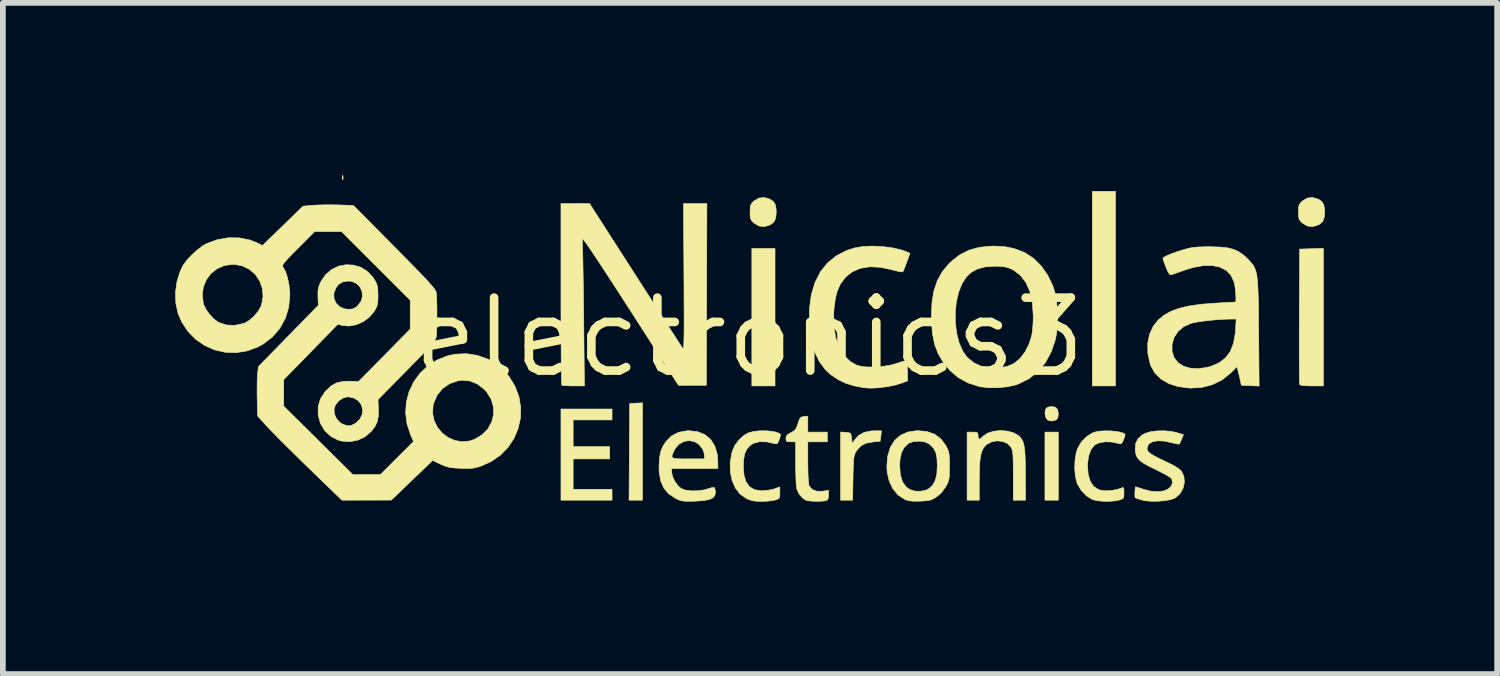
<source format=kicad_pcb>
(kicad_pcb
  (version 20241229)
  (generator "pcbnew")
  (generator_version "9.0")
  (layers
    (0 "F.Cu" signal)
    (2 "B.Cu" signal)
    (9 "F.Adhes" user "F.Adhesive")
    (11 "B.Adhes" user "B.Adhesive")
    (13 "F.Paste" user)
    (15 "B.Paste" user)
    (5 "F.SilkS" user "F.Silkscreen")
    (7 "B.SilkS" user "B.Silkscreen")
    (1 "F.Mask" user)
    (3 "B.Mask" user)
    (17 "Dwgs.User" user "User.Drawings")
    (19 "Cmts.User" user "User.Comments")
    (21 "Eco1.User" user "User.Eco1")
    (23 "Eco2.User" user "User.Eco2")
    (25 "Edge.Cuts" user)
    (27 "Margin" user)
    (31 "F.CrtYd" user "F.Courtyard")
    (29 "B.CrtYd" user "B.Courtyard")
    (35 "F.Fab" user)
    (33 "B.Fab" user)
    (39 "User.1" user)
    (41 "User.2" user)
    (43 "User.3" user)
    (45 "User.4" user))
  (footprint "electronics3"
    (layer "F.Cu")
    (at 9.996 2.821)
    (property "Reference" "electronics3" (at 0 0 0) (layer "F.SilkS") (effects (font (size 1.27 1.27) (thickness 0.15))))
    (attr through_hole)
    (fp_poly (pts (xy 0.445 0.847) (xy 0.042 0.847) (xy 0.042 -1.545) (xy 0.445 -1.545) (xy 0.445 0.847)) (stroke (width 0.01) (type solid)) (fill yes) (layer "F.SilkS"))
    (fp_poly (pts (xy 5.376 2.836) (xy 5.144 2.836) (xy 5.144 1.651) (xy 5.376 1.651) (xy 5.376 2.836)) (stroke (width 0.01) (type solid)) (fill yes) (layer "F.SilkS"))
    (fp_poly (pts (xy 6.371 0.847) (xy 5.969 0.847) (xy 5.969 -2.54) (xy 6.371 -2.54) (xy 6.371 0.847)) (stroke (width 0.01) (type solid)) (fill yes) (layer "F.SilkS"))
    (fp_poly (pts (xy -1.863 2.836) (xy -2.096 2.836) (xy -2.085 1.154) (xy -1.974 1.147) (xy -1.863 1.141) (xy -1.863 2.836)) (stroke (width 0.01) (type solid)) (fill yes) (layer "F.SilkS"))
    (fp_poly (pts (xy -7.077 -2.813) (xy -7.076 -2.809) (xy -7.073 -2.763) (xy -7.077 -2.746) (xy -7.084 -2.745) (xy -7.087 -2.778) (xy -7.087 -2.783) (xy -7.084 -2.816) (xy -7.077 -2.813)) (stroke (width 0.01) (type solid)) (fill yes) (layer "F.SilkS"))
    (fp_poly (pts (xy -2.392 1.439) (xy -3.069 1.439) (xy -3.069 1.905) (xy -2.434 1.905) (xy -2.434 2.117) (xy -3.069 2.117) (xy -3.069 2.646) (xy -2.392 2.646) (xy -2.392 2.836) (xy -3.281 2.836) (xy -3.281 1.249) (xy -2.392 1.249) (xy -2.392 1.439)) (stroke (width 0.01) (type solid)) (fill yes) (layer "F.SilkS"))
    (fp_poly (pts (xy 5.326 1.218) (xy 5.363 1.255) (xy 5.376 1.324) (xy 5.376 1.337) (xy 5.368 1.401) (xy 5.339 1.437) (xy 5.335 1.439) (xy 5.263 1.459) (xy 5.198 1.444) (xy 5.177 1.427) (xy 5.152 1.38) (xy 5.144 1.317) (xy 5.154 1.258) (xy 5.169 1.232) (xy 5.207 1.214) (xy 5.26 1.206) (xy 5.326 1.218)) (stroke (width 0.01) (type solid)) (fill yes) (layer "F.SilkS"))
    (fp_poly (pts (xy 9.991 0.847) (xy 9.789 0.847) (xy 9.682 0.844) (xy 9.614 0.838) (xy 9.581 0.826) (xy 9.577 0.82) (xy 9.575 0.795) (xy 9.574 0.731) (xy 9.573 0.632) (xy 9.572 0.503) (xy 9.571 0.348) (xy 9.571 0.17) (xy 9.571 -0.027) (xy 9.572 -0.239) (xy 9.572 -0.37) (xy 9.578 -1.535) (xy 9.784 -1.541) (xy 9.991 -1.547) (xy 9.991 0.847)) (stroke (width 0.01) (type solid)) (fill yes) (layer "F.SilkS"))
    (fp_poly (pts (xy 0.359 -2.403) (xy 0.36 -2.402) (xy 0.418 -2.362) (xy 0.451 -2.308) (xy 0.464 -2.228) (xy 0.466 -2.18) (xy 0.459 -2.086) (xy 0.435 -2.021) (xy 0.39 -1.976) (xy 0.36 -1.958) (xy 0.261 -1.927) (xy 0.166 -1.937) (xy 0.081 -1.987) (xy 0.08 -1.988) (xy 0.041 -2.026) (xy 0.02 -2.063) (xy 0.012 -2.113) (xy 0.011 -2.18) (xy 0.013 -2.255) (xy 0.022 -2.302) (xy 0.045 -2.338) (xy 0.08 -2.372) (xy 0.165 -2.423) (xy 0.26 -2.433) (xy 0.359 -2.403)) (stroke (width 0.01) (type solid)) (fill yes) (layer "F.SilkS"))
    (fp_poly (pts (xy 9.905 -2.403) (xy 9.906 -2.402) (xy 9.964 -2.362) (xy 9.997 -2.308) (xy 10.011 -2.228) (xy 10.012 -2.18) (xy 10.005 -2.086) (xy 9.982 -2.021) (xy 9.936 -1.976) (xy 9.906 -1.958) (xy 9.807 -1.927) (xy 9.712 -1.937) (xy 9.627 -1.987) (xy 9.626 -1.988) (xy 9.587 -2.026) (xy 9.567 -2.063) (xy 9.558 -2.113) (xy 9.557 -2.18) (xy 9.559 -2.255) (xy 9.568 -2.302) (xy 9.591 -2.338) (xy 9.626 -2.372) (xy 9.711 -2.423) (xy 9.806 -2.433) (xy 9.905 -2.403)) (stroke (width 0.01) (type solid)) (fill yes) (layer "F.SilkS"))
    (fp_poly (pts (xy 2.299 1.63) (xy 2.287 1.72) (xy 2.275 1.81) (xy 2.148 1.822) (xy 2.032 1.843) (xy 1.946 1.886) (xy 1.878 1.957) (xy 1.858 1.987) (xy 1.841 2.017) (xy 1.828 2.049) (xy 1.819 2.091) (xy 1.812 2.148) (xy 1.808 2.229) (xy 1.805 2.339) (xy 1.803 2.45) (xy 1.796 2.836) (xy 1.587 2.836) (xy 1.587 1.649) (xy 1.677 1.655) (xy 1.733 1.661) (xy 1.761 1.677) (xy 1.773 1.714) (xy 1.778 1.756) (xy 1.789 1.851) (xy 1.826 1.793) (xy 1.9 1.71) (xy 1.996 1.656) (xy 2.119 1.63) (xy 2.224 1.628) (xy 2.299 1.63)) (stroke (width 0.01) (type solid)) (fill yes) (layer "F.SilkS"))
    (fp_poly (pts (xy 4.481 1.632) (xy 4.591 1.66) (xy 4.681 1.709) (xy 4.71 1.736) (xy 4.739 1.774) (xy 4.762 1.819) (xy 4.778 1.877) (xy 4.79 1.954) (xy 4.798 2.054) (xy 4.802 2.185) (xy 4.804 2.351) (xy 4.804 2.387) (xy 4.805 2.836) (xy 4.593 2.836) (xy 4.593 2.408) (xy 4.593 2.26) (xy 4.591 2.149) (xy 4.588 2.067) (xy 4.583 2.008) (xy 4.576 1.967) (xy 4.565 1.936) (xy 4.552 1.912) (xy 4.492 1.85) (xy 4.408 1.814) (xy 4.312 1.803) (xy 4.217 1.82) (xy 4.132 1.864) (xy 4.109 1.885) (xy 4.072 1.93) (xy 4.044 1.987) (xy 4.024 2.062) (xy 4.011 2.16) (xy 4.004 2.287) (xy 4.001 2.449) (xy 4 2.499) (xy 4 2.836) (xy 3.789 2.836) (xy 3.789 1.651) (xy 3.884 1.651) (xy 3.943 1.653) (xy 3.97 1.663) (xy 3.979 1.691) (xy 3.979 1.714) (xy 3.985 1.763) (xy 4.004 1.774) (xy 4.04 1.749) (xy 4.063 1.726) (xy 4.142 1.671) (xy 4.245 1.637) (xy 4.362 1.624) (xy 4.481 1.632)) (stroke (width 0.01) (type solid)) (fill yes) (layer "F.SilkS"))
    (fp_poly (pts (xy 1.016 1.651) (xy 1.355 1.651) (xy 1.355 1.82) (xy 1.016 1.82) (xy 1.016 2.179) (xy 1.018 2.325) (xy 1.022 2.445) (xy 1.029 2.533) (xy 1.038 2.585) (xy 1.04 2.59) (xy 1.088 2.647) (xy 1.165 2.678) (xy 1.264 2.681) (xy 1.28 2.679) (xy 1.376 2.664) (xy 1.376 2.748) (xy 1.371 2.805) (xy 1.353 2.834) (xy 1.328 2.844) (xy 1.271 2.852) (xy 1.192 2.856) (xy 1.107 2.854) (xy 1.033 2.848) (xy 0.984 2.837) (xy 0.984 2.837) (xy 0.917 2.791) (xy 0.859 2.719) (xy 0.825 2.644) (xy 0.818 2.6) (xy 0.812 2.521) (xy 0.808 2.418) (xy 0.805 2.297) (xy 0.804 2.196) (xy 0.804 1.82) (xy 0.72 1.82) (xy 0.665 1.818) (xy 0.641 1.804) (xy 0.635 1.771) (xy 0.635 1.761) (xy 0.642 1.719) (xy 0.671 1.688) (xy 0.723 1.659) (xy 0.776 1.629) (xy 0.81 1.592) (xy 0.834 1.535) (xy 0.845 1.502) (xy 0.867 1.435) (xy 0.888 1.4) (xy 0.917 1.385) (xy 0.948 1.38) (xy 1.016 1.373) (xy 1.016 1.651)) (stroke (width 0.01) (type solid)) (fill yes) (layer "F.SilkS"))
    (fp_poly (pts (xy 0.304 1.629) (xy 0.415 1.641) (xy 0.462 1.652) (xy 0.517 1.672) (xy 0.539 1.692) (xy 0.538 1.721) (xy 0.537 1.723) (xy 0.512 1.799) (xy 0.492 1.84) (xy 0.472 1.856) (xy 0.45 1.854) (xy 0.304 1.821) (xy 0.175 1.818) (xy 0.069 1.846) (xy 0.006 1.887) (xy -0.049 1.952) (xy -0.084 2.032) (xy -0.102 2.136) (xy -0.106 2.247) (xy -0.095 2.399) (xy -0.06 2.516) (xy -0.001 2.6) (xy 0.083 2.652) (xy 0.193 2.672) (xy 0.233 2.672) (xy 0.32 2.664) (xy 0.406 2.647) (xy 0.439 2.637) (xy 0.529 2.605) (xy 0.529 2.707) (xy 0.527 2.769) (xy 0.516 2.802) (xy 0.485 2.821) (xy 0.447 2.833) (xy 0.384 2.845) (xy 0.297 2.854) (xy 0.208 2.857) (xy 0.109 2.854) (xy 0.034 2.84) (xy -0.038 2.813) (xy -0.058 2.803) (xy -0.164 2.728) (xy -0.246 2.622) (xy -0.303 2.491) (xy -0.333 2.342) (xy -0.335 2.18) (xy -0.306 2.011) (xy -0.295 1.973) (xy -0.249 1.875) (xy -0.177 1.781) (xy -0.09 1.704) (xy -0.017 1.663) (xy 0.072 1.64) (xy 0.184 1.628) (xy 0.304 1.629)) (stroke (width 0.01) (type solid)) (fill yes) (layer "F.SilkS"))
    (fp_poly (pts (xy 6.289 1.63) (xy 6.381 1.639) (xy 6.46 1.653) (xy 6.516 1.671) (xy 6.54 1.694) (xy 6.54 1.697) (xy 6.533 1.727) (xy 6.514 1.778) (xy 6.509 1.791) (xy 6.485 1.839) (xy 6.46 1.855) (xy 6.43 1.85) (xy 6.315 1.824) (xy 6.2 1.819) (xy 6.097 1.834) (xy 6.018 1.869) (xy 6.003 1.88) (xy 5.943 1.96) (xy 5.903 2.07) (xy 5.885 2.204) (xy 5.885 2.231) (xy 5.896 2.385) (xy 5.931 2.506) (xy 5.99 2.594) (xy 6.074 2.65) (xy 6.129 2.667) (xy 6.202 2.673) (xy 6.295 2.667) (xy 6.39 2.652) (xy 6.466 2.629) (xy 6.482 2.622) (xy 6.504 2.615) (xy 6.515 2.629) (xy 6.519 2.675) (xy 6.519 2.705) (xy 6.518 2.768) (xy 6.506 2.801) (xy 6.477 2.82) (xy 6.438 2.833) (xy 6.353 2.849) (xy 6.249 2.856) (xy 6.14 2.854) (xy 6.042 2.843) (xy 5.97 2.824) (xy 5.969 2.824) (xy 5.866 2.759) (xy 5.776 2.666) (xy 5.711 2.558) (xy 5.7 2.531) (xy 5.673 2.413) (xy 5.662 2.276) (xy 5.668 2.136) (xy 5.689 2.008) (xy 5.714 1.931) (xy 5.78 1.821) (xy 5.87 1.729) (xy 5.973 1.665) (xy 6.021 1.648) (xy 6.099 1.634) (xy 6.192 1.629) (xy 6.289 1.63)) (stroke (width 0.01) (type solid)) (fill yes) (layer "F.SilkS"))
    (fp_poly (pts (xy -0.741 -2.328) (xy -0.751 0.836) (xy -1.235 0.836) (xy -2.08 -0.476) (xy -2.244 -0.73) (xy -2.386 -0.95) (xy -2.509 -1.138) (xy -2.612 -1.296) (xy -2.698 -1.425) (xy -2.767 -1.528) (xy -2.821 -1.607) (xy -2.862 -1.662) (xy -2.89 -1.697) (xy -2.906 -1.713) (xy -2.912 -1.711) (xy -2.912 -1.704) (xy -2.91 -1.668) (xy -2.907 -1.593) (xy -2.904 -1.484) (xy -2.9 -1.345) (xy -2.897 -1.18) (xy -2.894 -0.993) (xy -2.891 -0.788) (xy -2.888 -0.569) (xy -2.886 -0.386) (xy -2.873 0.847) (xy -3.063 0.847) (xy -3.149 0.845) (xy -3.218 0.841) (xy -3.26 0.836) (xy -3.267 0.833) (xy -3.269 0.81) (xy -3.271 0.748) (xy -3.273 0.65) (xy -3.275 0.52) (xy -3.277 0.361) (xy -3.278 0.176) (xy -3.279 -0.031) (xy -3.28 -0.257) (xy -3.281 -0.499) (xy -3.281 -0.753) (xy -3.281 -2.328) (xy -3.032 -2.328) (xy -2.783 -2.327) (xy -1.985 -1.084) (xy -1.852 -0.876) (xy -1.724 -0.678) (xy -1.605 -0.492) (xy -1.496 -0.323) (xy -1.399 -0.172) (xy -1.315 -0.043) (xy -1.248 0.061) (xy -1.198 0.138) (xy -1.168 0.184) (xy -1.16 0.196) (xy -1.154 0.198) (xy -1.149 0.184) (xy -1.145 0.152) (xy -1.142 0.098) (xy -1.14 0.021) (xy -1.138 -0.082) (xy -1.137 -0.215) (xy -1.137 -0.379) (xy -1.138 -0.578) (xy -1.139 -0.814) (xy -1.14 -1.047) (xy -1.148 -2.328) (xy -0.944 -2.328) (xy -0.741 -2.328)) (stroke (width 0.01) (type solid)) (fill yes) (layer "F.SilkS"))
    (fp_poly (pts (xy 3.094 1.642) (xy 3.225 1.688) (xy 3.331 1.768) (xy 3.417 1.882) (xy 3.421 1.89) (xy 3.447 1.941) (xy 3.465 1.986) (xy 3.475 2.035) (xy 3.48 2.101) (xy 3.482 2.194) (xy 3.482 2.244) (xy 3.481 2.35) (xy 3.478 2.425) (xy 3.47 2.48) (xy 3.456 2.525) (xy 3.433 2.572) (xy 3.416 2.603) (xy 3.339 2.71) (xy 3.249 2.783) (xy 3.192 2.816) (xy 3.139 2.836) (xy 3.076 2.846) (xy 2.988 2.852) (xy 2.965 2.853) (xy 2.861 2.854) (xy 2.786 2.847) (xy 2.726 2.831) (xy 2.698 2.819) (xy 2.586 2.744) (xy 2.497 2.637) (xy 2.433 2.504) (xy 2.398 2.35) (xy 2.392 2.245) (xy 2.392 2.244) (xy 2.615 2.244) (xy 2.627 2.396) (xy 2.664 2.515) (xy 2.724 2.602) (xy 2.794 2.652) (xy 2.882 2.679) (xy 2.983 2.68) (xy 3.078 2.659) (xy 3.129 2.632) (xy 3.195 2.567) (xy 3.239 2.481) (xy 3.263 2.368) (xy 3.27 2.233) (xy 3.264 2.105) (xy 3.245 2.008) (xy 3.207 1.934) (xy 3.148 1.872) (xy 3.126 1.854) (xy 3.053 1.821) (xy 2.959 1.808) (xy 2.863 1.814) (xy 2.782 1.84) (xy 2.76 1.853) (xy 2.69 1.923) (xy 2.644 2.013) (xy 2.62 2.13) (xy 2.615 2.244) (xy 2.392 2.244) (xy 2.407 2.067) (xy 2.452 1.918) (xy 2.526 1.797) (xy 2.627 1.708) (xy 2.754 1.65) (xy 2.906 1.627) (xy 2.936 1.626) (xy 3.094 1.642)) (stroke (width 0.01) (type solid)) (fill yes) (layer "F.SilkS"))
    (fp_poly (pts (xy -0.899 1.645) (xy -0.774 1.696) (xy -0.675 1.78) (xy -0.603 1.893) (xy -0.561 2.035) (xy -0.55 2.173) (xy -0.55 2.286) (xy -1.355 2.286) (xy -1.355 2.345) (xy -1.338 2.427) (xy -1.296 2.515) (xy -1.238 2.592) (xy -1.185 2.635) (xy -1.108 2.662) (xy -1.006 2.674) (xy -0.892 2.672) (xy -0.782 2.655) (xy -0.723 2.638) (xy -0.664 2.62) (xy -0.621 2.614) (xy -0.612 2.615) (xy -0.599 2.643) (xy -0.593 2.693) (xy -0.593 2.699) (xy -0.602 2.753) (xy -0.634 2.794) (xy -0.692 2.822) (xy -0.782 2.84) (xy -0.907 2.851) (xy -0.953 2.853) (xy -1.055 2.855) (xy -1.127 2.854) (xy -1.18 2.847) (xy -1.227 2.832) (xy -1.28 2.807) (xy -1.286 2.804) (xy -1.404 2.726) (xy -1.489 2.627) (xy -1.544 2.503) (xy -1.571 2.35) (xy -1.574 2.265) (xy -1.568 2.118) (xy -1.559 2.068) (xy -1.349 2.068) (xy -1.343 2.094) (xy -1.314 2.108) (xy -1.256 2.115) (xy -1.166 2.117) (xy -1.069 2.117) (xy -0.783 2.117) (xy -0.783 2.063) (xy -0.793 2.004) (xy -0.814 1.948) (xy -0.877 1.866) (xy -0.958 1.816) (xy -1.049 1.799) (xy -1.14 1.813) (xy -1.224 1.859) (xy -1.292 1.935) (xy -1.313 1.974) (xy -1.338 2.03) (xy -1.349 2.068) (xy -1.559 2.068) (xy -1.548 2.002) (xy -1.51 1.903) (xy -1.454 1.816) (xy -1.357 1.718) (xy -1.238 1.656) (xy -1.095 1.629) (xy -1.048 1.627) (xy -0.899 1.645)) (stroke (width 0.01) (type solid)) (fill yes) (layer "F.SilkS"))
    (fp_poly (pts (xy 2.314 -1.579) (xy 2.486 -1.557) (xy 2.64 -1.522) (xy 2.72 -1.494) (xy 2.794 -1.463) (xy 2.738 -1.308) (xy 2.71 -1.233) (xy 2.686 -1.174) (xy 2.671 -1.141) (xy 2.669 -1.139) (xy 2.644 -1.138) (xy 2.589 -1.148) (xy 2.514 -1.166) (xy 2.479 -1.176) (xy 2.278 -1.219) (xy 2.095 -1.227) (xy 1.932 -1.201) (xy 1.791 -1.141) (xy 1.673 -1.048) (xy 1.581 -0.924) (xy 1.522 -0.786) (xy 1.494 -0.665) (xy 1.474 -0.517) (xy 1.467 -0.423) (xy 1.47 -0.197) (xy 1.5 0.001) (xy 1.557 0.171) (xy 1.641 0.311) (xy 1.75 0.419) (xy 1.86 0.483) (xy 1.945 0.507) (xy 2.06 0.518) (xy 2.192 0.518) (xy 2.33 0.506) (xy 2.462 0.483) (xy 2.551 0.459) (xy 2.63 0.433) (xy 2.693 0.414) (xy 2.731 0.403) (xy 2.736 0.402) (xy 2.743 0.422) (xy 2.748 0.474) (xy 2.751 0.549) (xy 2.752 0.581) (xy 2.752 0.759) (xy 2.639 0.801) (xy 2.525 0.835) (xy 2.391 0.861) (xy 2.251 0.879) (xy 2.119 0.886) (xy 2.008 0.88) (xy 1.979 0.876) (xy 1.935 0.867) (xy 1.867 0.854) (xy 1.82 0.844) (xy 1.683 0.803) (xy 1.543 0.736) (xy 1.417 0.652) (xy 1.324 0.566) (xy 1.219 0.425) (xy 1.141 0.268) (xy 1.086 0.09) (xy 1.054 -0.117) (xy 1.044 -0.243) (xy 1.046 -0.507) (xy 1.078 -0.744) (xy 1.142 -0.955) (xy 1.234 -1.137) (xy 1.357 -1.291) (xy 1.508 -1.415) (xy 1.686 -1.508) (xy 1.83 -1.555) (xy 1.972 -1.579) (xy 2.138 -1.587) (xy 2.314 -1.579)) (stroke (width 0.01) (type solid)) (fill yes) (layer "F.SilkS"))
    (fp_poly (pts (xy 7.354 1.641) (xy 7.445 1.662) (xy 7.556 1.695) (xy 7.524 1.772) (xy 7.501 1.824) (xy 7.485 1.856) (xy 7.482 1.859) (xy 7.459 1.859) (xy 7.407 1.849) (xy 7.349 1.834) (xy 7.22 1.807) (xy 7.108 1.802) (xy 7.018 1.818) (xy 6.956 1.853) (xy 6.929 1.9) (xy 6.922 1.935) (xy 6.925 1.965) (xy 6.942 1.993) (xy 6.976 2.023) (xy 7.034 2.059) (xy 7.118 2.103) (xy 7.235 2.159) (xy 7.312 2.196) (xy 7.395 2.239) (xy 7.466 2.284) (xy 7.513 2.322) (xy 7.521 2.331) (xy 7.563 2.423) (xy 7.571 2.526) (xy 7.548 2.629) (xy 7.497 2.72) (xy 7.419 2.791) (xy 7.398 2.803) (xy 7.323 2.828) (xy 7.22 2.846) (xy 7.103 2.854) (xy 6.984 2.854) (xy 6.879 2.844) (xy 6.805 2.826) (xy 6.752 2.807) (xy 6.719 2.795) (xy 6.715 2.794) (xy 6.711 2.776) (xy 6.709 2.731) (xy 6.711 2.677) (xy 6.715 2.629) (xy 6.72 2.604) (xy 6.721 2.603) (xy 6.745 2.61) (xy 6.798 2.626) (xy 6.864 2.648) (xy 6.988 2.679) (xy 7.103 2.688) (xy 7.203 2.676) (xy 7.283 2.646) (xy 7.338 2.599) (xy 7.363 2.538) (xy 7.352 2.465) (xy 7.329 2.443) (xy 7.274 2.408) (xy 7.196 2.365) (xy 7.103 2.317) (xy 7.082 2.307) (xy 6.954 2.245) (xy 6.86 2.192) (xy 6.795 2.144) (xy 6.753 2.097) (xy 6.729 2.045) (xy 6.717 1.983) (xy 6.716 1.963) (xy 6.722 1.854) (xy 6.762 1.768) (xy 6.838 1.701) (xy 6.886 1.674) (xy 6.978 1.645) (xy 7.096 1.63) (xy 7.226 1.628) (xy 7.354 1.641)) (stroke (width 0.01) (type solid)) (fill yes) (layer "F.SilkS"))
    (fp_poly (pts (xy 4.446 -1.577) (xy 4.606 -1.545) (xy 4.76 -1.487) (xy 4.801 -1.467) (xy 4.949 -1.371) (xy 5.08 -1.24) (xy 5.192 -1.08) (xy 5.279 -0.899) (xy 5.327 -0.746) (xy 5.347 -0.627) (xy 5.358 -0.483) (xy 5.361 -0.327) (xy 5.356 -0.174) (xy 5.341 -0.038) (xy 5.325 0.042) (xy 5.252 0.257) (xy 5.15 0.443) (xy 5.021 0.598) (xy 4.866 0.721) (xy 4.687 0.81) (xy 4.614 0.835) (xy 4.477 0.863) (xy 4.321 0.878) (xy 4.164 0.878) (xy 4.023 0.862) (xy 4 0.857) (xy 3.803 0.794) (xy 3.633 0.7) (xy 3.487 0.574) (xy 3.483 0.569) (xy 3.37 0.43) (xy 3.284 0.282) (xy 3.223 0.121) (xy 3.186 -0.062) (xy 3.169 -0.274) (xy 3.167 -0.37) (xy 3.17 -0.433) (xy 3.583 -0.433) (xy 3.585 -0.249) (xy 3.607 -0.071) (xy 3.649 0.095) (xy 3.711 0.238) (xy 3.785 0.343) (xy 3.903 0.443) (xy 4.042 0.508) (xy 4.201 0.536) (xy 4.378 0.528) (xy 4.492 0.505) (xy 4.605 0.456) (xy 4.709 0.371) (xy 4.798 0.255) (xy 4.869 0.116) (xy 4.914 -0.03) (xy 4.926 -0.109) (xy 4.935 -0.213) (xy 4.94 -0.325) (xy 4.94 -0.381) (xy 4.925 -0.604) (xy 4.883 -0.794) (xy 4.813 -0.952) (xy 4.717 -1.078) (xy 4.593 -1.171) (xy 4.551 -1.193) (xy 4.488 -1.216) (xy 4.418 -1.23) (xy 4.327 -1.236) (xy 4.265 -1.237) (xy 4.101 -1.225) (xy 3.966 -1.189) (xy 3.856 -1.127) (xy 3.777 -1.052) (xy 3.699 -0.931) (xy 3.64 -0.782) (xy 3.601 -0.613) (xy 3.583 -0.433) (xy 3.17 -0.433) (xy 3.178 -0.605) (xy 3.211 -0.808) (xy 3.27 -0.984) (xy 3.356 -1.139) (xy 3.47 -1.277) (xy 3.512 -1.318) (xy 3.66 -1.434) (xy 3.822 -1.516) (xy 4.002 -1.566) (xy 4.207 -1.586) (xy 4.264 -1.587) (xy 4.446 -1.577)) (stroke (width 0.01) (type solid)) (fill yes) (layer "F.SilkS"))
    (fp_poly (pts (xy 8.188 -1.571) (xy 8.321 -1.557) (xy 8.429 -1.53) (xy 8.52 -1.488) (xy 8.603 -1.429) (xy 8.668 -1.368) (xy 8.71 -1.325) (xy 8.745 -1.285) (xy 8.774 -1.245) (xy 8.797 -1.2) (xy 8.816 -1.146) (xy 8.831 -1.08) (xy 8.841 -0.997) (xy 8.849 -0.893) (xy 8.855 -0.765) (xy 8.859 -0.608) (xy 8.861 -0.418) (xy 8.863 -0.192) (xy 8.864 -0.089) (xy 8.872 0.849) (xy 8.717 0.842) (xy 8.563 0.836) (xy 8.545 0.751) (xy 8.527 0.673) (xy 8.508 0.595) (xy 8.507 0.589) (xy 8.487 0.511) (xy 8.376 0.622) (xy 8.227 0.742) (xy 8.057 0.826) (xy 7.87 0.874) (xy 7.669 0.885) (xy 7.457 0.857) (xy 7.297 0.805) (xy 7.162 0.725) (xy 7.057 0.621) (xy 6.987 0.497) (xy 6.976 0.466) (xy 6.936 0.284) (xy 6.933 0.127) (xy 7.356 0.127) (xy 7.357 0.248) (xy 7.393 0.356) (xy 7.461 0.442) (xy 7.556 0.503) (xy 7.675 0.539) (xy 7.813 0.547) (xy 7.964 0.525) (xy 8.027 0.508) (xy 8.172 0.447) (xy 8.286 0.361) (xy 8.37 0.249) (xy 8.426 0.106) (xy 8.457 -0.068) (xy 8.461 -0.119) (xy 8.473 -0.318) (xy 8.359 -0.317) (xy 8.238 -0.313) (xy 8.103 -0.303) (xy 7.967 -0.289) (xy 7.84 -0.273) (xy 7.736 -0.254) (xy 7.686 -0.242) (xy 7.56 -0.186) (xy 7.46 -0.102) (xy 7.391 0.005) (xy 7.356 0.127) (xy 6.933 0.127) (xy 6.932 0.11) (xy 6.965 -0.051) (xy 7.032 -0.195) (xy 7.116 -0.3) (xy 7.215 -0.383) (xy 7.333 -0.45) (xy 7.475 -0.503) (xy 7.646 -0.544) (xy 7.849 -0.573) (xy 8.089 -0.593) (xy 8.096 -0.593) (xy 8.215 -0.6) (xy 8.317 -0.605) (xy 8.397 -0.61) (xy 8.447 -0.613) (xy 8.461 -0.613) (xy 8.468 -0.633) (xy 8.469 -0.683) (xy 8.466 -0.753) (xy 8.459 -0.829) (xy 8.449 -0.902) (xy 8.437 -0.959) (xy 8.435 -0.965) (xy 8.382 -1.079) (xy 8.299 -1.165) (xy 8.188 -1.222) (xy 8.053 -1.249) (xy 7.895 -1.247) (xy 7.717 -1.213) (xy 7.588 -1.174) (xy 7.497 -1.142) (xy 7.419 -1.114) (xy 7.363 -1.095) (xy 7.342 -1.088) (xy 7.32 -1.091) (xy 7.296 -1.121) (xy 7.266 -1.183) (xy 7.253 -1.216) (xy 7.225 -1.287) (xy 7.205 -1.343) (xy 7.197 -1.373) (xy 7.197 -1.373) (xy 7.216 -1.394) (xy 7.269 -1.422) (xy 7.35 -1.456) (xy 7.451 -1.492) (xy 7.565 -1.527) (xy 7.569 -1.528) (xy 7.65 -1.55) (xy 7.728 -1.564) (xy 7.814 -1.572) (xy 7.921 -1.575) (xy 8.022 -1.576) (xy 8.188 -1.571)) (stroke (width 0.01) (type solid)) (fill yes) (layer "F.SilkS"))
    (fp_poly (pts (xy -6.891 -1.256) (xy -6.765 -1.218) (xy -6.651 -1.147) (xy -6.554 -1.044) (xy -6.526 -1.001) (xy -6.495 -0.943) (xy -6.477 -0.889) (xy -6.469 -0.824) (xy -6.466 -0.733) (xy -6.466 -0.729) (xy -6.468 -0.638) (xy -6.476 -0.574) (xy -6.492 -0.523) (xy -6.522 -0.467) (xy -6.531 -0.453) (xy -6.615 -0.352) (xy -6.723 -0.272) (xy -6.845 -0.218) (xy -6.971 -0.195) (xy -7.087 -0.206) (xy -7.166 -0.226) (xy -7.636 0.255) (xy -8.107 0.737) (xy -8.107 1.2) (xy -6.903 2.392) (xy -6.425 2.392) (xy -5.847 1.815) (xy -5.898 1.7) (xy -5.961 1.508) (xy -5.984 1.323) (xy -5.516 1.323) (xy -5.489 1.452) (xy -5.431 1.568) (xy -5.348 1.668) (xy -5.244 1.745) (xy -5.126 1.797) (xy -4.999 1.819) (xy -4.868 1.805) (xy -4.784 1.776) (xy -4.653 1.697) (xy -4.553 1.595) (xy -4.487 1.476) (xy -4.454 1.347) (xy -4.456 1.214) (xy -4.494 1.082) (xy -4.57 0.958) (xy -4.615 0.907) (xy -4.735 0.814) (xy -4.865 0.761) (xy -5.004 0.748) (xy -5.08 0.759) (xy -5.222 0.809) (xy -5.342 0.892) (xy -5.435 1.005) (xy -5.495 1.141) (xy -5.507 1.185) (xy -5.516 1.323) (xy -5.984 1.323) (xy -5.985 1.316) (xy -5.972 1.127) (xy -5.924 0.946) (xy -5.844 0.778) (xy -5.735 0.627) (xy -5.598 0.498) (xy -5.437 0.395) (xy -5.254 0.323) (xy -5.127 0.295) (xy -4.928 0.286) (xy -4.733 0.316) (xy -4.549 0.383) (xy -4.381 0.486) (xy -4.235 0.621) (xy -4.187 0.681) (xy -4.08 0.855) (xy -4.012 1.037) (xy -3.982 1.224) (xy -3.987 1.41) (xy -4.027 1.59) (xy -4.099 1.76) (xy -4.202 1.916) (xy -4.336 2.052) (xy -4.498 2.164) (xy -4.68 2.245) (xy -4.754 2.267) (xy -4.823 2.28) (xy -4.901 2.284) (xy -5.004 2.282) (xy -5.029 2.281) (xy -5.137 2.275) (xy -5.218 2.264) (xy -5.286 2.247) (xy -5.356 2.219) (xy -5.379 2.208) (xy -5.516 2.144) (xy -6.234 2.834) (xy -6.664 2.835) (xy -7.094 2.836) (xy -7.673 2.275) (xy -7.811 2.141) (xy -7.945 2.008) (xy -8.072 1.883) (xy -8.186 1.769) (xy -8.284 1.67) (xy -8.359 1.592) (xy -8.407 1.541) (xy -8.562 1.369) (xy -8.569 1.073) (xy -8.571 0.951) (xy -8.57 0.832) (xy -8.568 0.727) (xy -8.563 0.651) (xy -8.563 0.644) (xy -8.548 0.511) (xy -8.027 -0.022) (xy -7.505 -0.556) (xy -7.511 -0.707) (xy -7.511 -0.768) (xy -7.234 -0.768) (xy -7.232 -0.676) (xy -7.197 -0.595) (xy -7.134 -0.532) (xy -7.047 -0.494) (xy -6.982 -0.487) (xy -6.908 -0.493) (xy -6.853 -0.519) (xy -6.82 -0.547) (xy -6.761 -0.626) (xy -6.737 -0.713) (xy -6.745 -0.8) (xy -6.782 -0.878) (xy -6.843 -0.939) (xy -6.928 -0.974) (xy -6.982 -0.979) (xy -7.079 -0.965) (xy -7.153 -0.919) (xy -7.198 -0.861) (xy -7.234 -0.768) (xy -7.511 -0.768) (xy -7.512 -0.795) (xy -7.503 -0.861) (xy -7.481 -0.924) (xy -7.457 -0.974) (xy -7.375 -1.093) (xy -7.271 -1.181) (xy -7.151 -1.238) (xy -7.022 -1.263) (xy -6.891 -1.256)) (stroke (width 0.01) (type solid)) (fill yes) (layer "F.SilkS"))
    (fp_poly (pts (xy -7.173 -2.304) (xy -6.895 -2.295) (xy -6.182 -1.576) (xy -6.011 -1.403) (xy -5.867 -1.257) (xy -5.75 -1.136) (xy -5.655 -1.037) (xy -5.582 -0.958) (xy -5.528 -0.896) (xy -5.49 -0.85) (xy -5.467 -0.815) (xy -5.455 -0.791) (xy -5.454 -0.785) (xy -5.448 -0.734) (xy -5.444 -0.649) (xy -5.441 -0.542) (xy -5.44 -0.423) (xy -5.441 -0.301) (xy -5.443 -0.187) (xy -5.446 -0.09) (xy -5.451 -0.02) (xy -5.454 0.002) (xy -5.464 0.028) (xy -5.487 0.065) (xy -5.526 0.114) (xy -5.583 0.18) (xy -5.661 0.264) (xy -5.763 0.37) (xy -5.892 0.501) (xy -5.967 0.578) (xy -6.466 1.084) (xy -6.459 1.247) (xy -6.46 1.371) (xy -6.479 1.469) (xy -6.52 1.555) (xy -6.585 1.64) (xy -6.692 1.732) (xy -6.82 1.792) (xy -6.959 1.818) (xy -7.099 1.807) (xy -7.16 1.79) (xy -7.289 1.723) (xy -7.393 1.624) (xy -7.467 1.502) (xy -7.506 1.361) (xy -7.508 1.346) (xy -7.507 1.239) (xy -7.23 1.239) (xy -7.227 1.329) (xy -7.19 1.415) (xy -7.127 1.485) (xy -7.091 1.508) (xy -7.009 1.539) (xy -6.94 1.538) (xy -6.869 1.505) (xy -6.856 1.497) (xy -6.781 1.426) (xy -6.741 1.343) (xy -6.733 1.257) (xy -6.756 1.175) (xy -6.807 1.106) (xy -6.883 1.058) (xy -6.983 1.037) (xy -6.994 1.037) (xy -7.072 1.056) (xy -7.147 1.105) (xy -7.204 1.174) (xy -7.23 1.239) (xy -7.507 1.239) (xy -7.506 1.199) (xy -7.467 1.069) (xy -7.388 0.949) (xy -7.374 0.933) (xy -7.28 0.845) (xy -7.18 0.791) (xy -7.064 0.767) (xy -6.954 0.765) (xy -6.805 0.771) (xy -6.355 0.315) (xy -5.905 -0.142) (xy -5.905 -0.645) (xy -7.101 -1.841) (xy -7.568 -1.841) (xy -7.857 -1.55) (xy -7.957 -1.45) (xy -8.03 -1.375) (xy -8.08 -1.32) (xy -8.11 -1.282) (xy -8.124 -1.255) (xy -8.126 -1.236) (xy -8.118 -1.22) (xy -8.116 -1.217) (xy -8.075 -1.142) (xy -8.041 -1.036) (xy -8.016 -0.912) (xy -8.002 -0.783) (xy -8.001 -0.727) (xy -8.021 -0.52) (xy -8.079 -0.329) (xy -8.173 -0.158) (xy -8.301 -0.008) (xy -8.461 0.115) (xy -8.558 0.169) (xy -8.746 0.238) (xy -8.938 0.268) (xy -9.127 0.261) (xy -9.311 0.219) (xy -9.483 0.143) (xy -9.638 0.036) (xy -9.772 -0.099) (xy -9.88 -0.262) (xy -9.947 -0.417) (xy -9.985 -0.593) (xy -9.989 -0.74) (xy -9.525 -0.74) (xy -9.507 -0.594) (xy -9.5 -0.567) (xy -9.463 -0.49) (xy -9.403 -0.405) (xy -9.331 -0.326) (xy -9.259 -0.27) (xy -9.246 -0.262) (xy -9.11 -0.214) (xy -8.964 -0.207) (xy -8.808 -0.24) (xy -8.79 -0.246) (xy -8.709 -0.292) (xy -8.626 -0.364) (xy -8.553 -0.451) (xy -8.502 -0.539) (xy -8.492 -0.567) (xy -8.467 -0.713) (xy -8.48 -0.854) (xy -8.526 -0.982) (xy -8.602 -1.094) (xy -8.703 -1.182) (xy -8.825 -1.242) (xy -8.966 -1.269) (xy -8.996 -1.269) (xy -9.139 -1.25) (xy -9.266 -1.195) (xy -9.372 -1.112) (xy -9.453 -1.004) (xy -9.505 -0.879) (xy -9.525 -0.74) (xy -9.989 -0.74) (xy -9.991 -0.781) (xy -9.965 -0.971) (xy -9.909 -1.15) (xy -9.857 -1.255) (xy -9.796 -1.339) (xy -9.71 -1.431) (xy -9.613 -1.519) (xy -9.516 -1.592) (xy -9.453 -1.629) (xy -9.266 -1.698) (xy -9.072 -1.732) (xy -8.878 -1.73) (xy -8.692 -1.692) (xy -8.572 -1.644) (xy -8.477 -1.597) (xy -7.771 -2.282) (xy -7.611 -2.297) (xy -7.525 -2.302) (xy -7.412 -2.305) (xy -7.287 -2.306) (xy -7.173 -2.304)) (stroke (width 0.01) (type solid)) (fill yes) (layer "F.SilkS")))
  (gr_rect
    (start -3 -3)
    (end 23.012 8.684)
    (stroke (width 0.1) (type default))
    (fill no)
    (layer "Edge.Cuts")))
</source>
